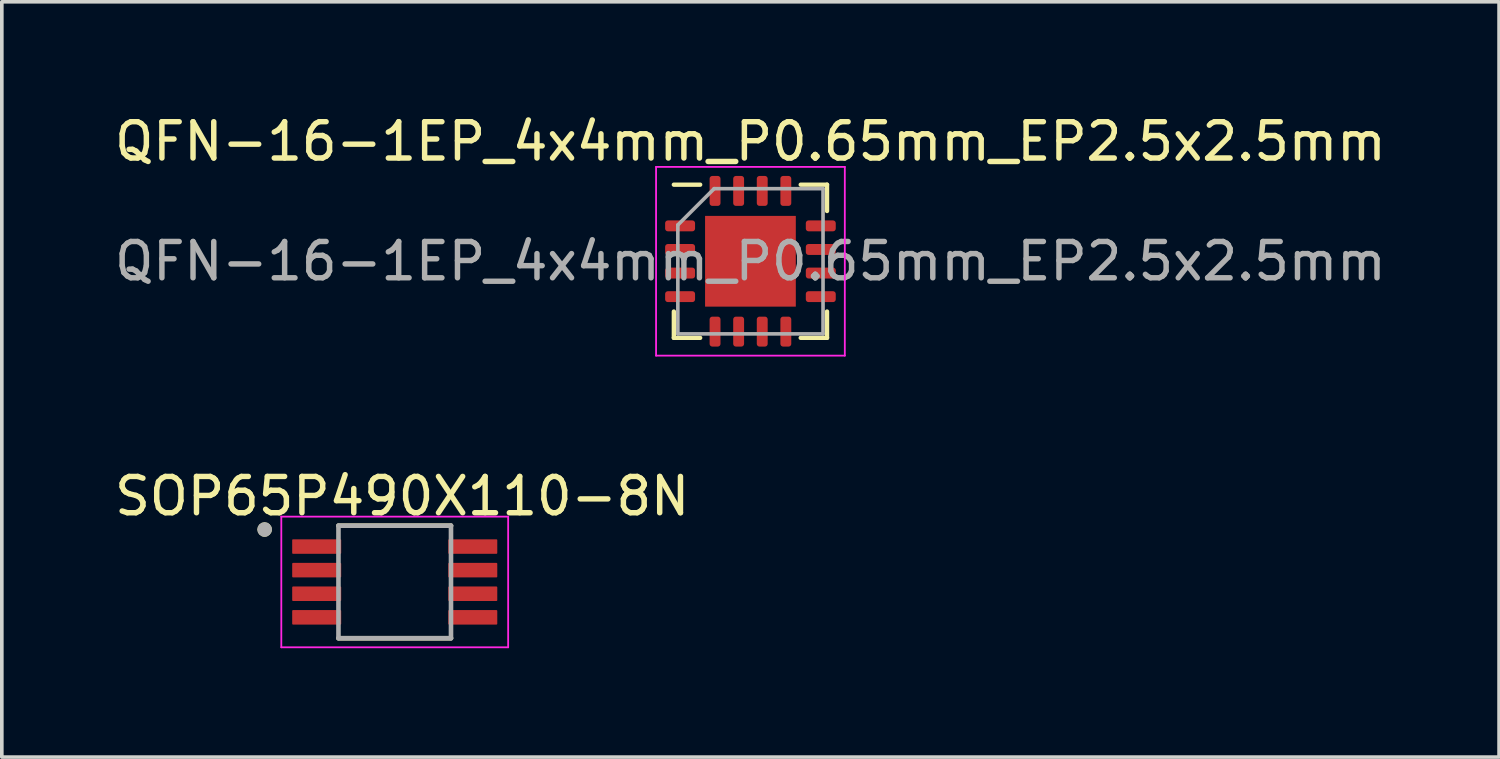
<source format=kicad_pcb>
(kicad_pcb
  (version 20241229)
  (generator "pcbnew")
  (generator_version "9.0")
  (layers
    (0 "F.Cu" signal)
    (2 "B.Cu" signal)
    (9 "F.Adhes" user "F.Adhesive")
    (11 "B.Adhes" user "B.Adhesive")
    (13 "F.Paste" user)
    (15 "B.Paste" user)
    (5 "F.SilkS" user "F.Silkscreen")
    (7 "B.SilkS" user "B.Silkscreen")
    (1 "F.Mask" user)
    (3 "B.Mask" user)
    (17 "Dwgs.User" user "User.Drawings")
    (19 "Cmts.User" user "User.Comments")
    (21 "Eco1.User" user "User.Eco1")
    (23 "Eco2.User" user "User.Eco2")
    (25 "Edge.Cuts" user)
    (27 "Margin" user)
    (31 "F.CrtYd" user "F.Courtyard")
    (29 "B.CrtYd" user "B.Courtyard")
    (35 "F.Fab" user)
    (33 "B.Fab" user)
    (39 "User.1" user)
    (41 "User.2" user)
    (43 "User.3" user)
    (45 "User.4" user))
  (footprint "QFN-16-1EP_4x4mm_P0.65mm_EP2.5x2.5mm"
    (layer "F.Cu")
    (at 17.625 4.148)
    (property "Reference" "QFN-16-1EP_4x4mm_P0.65mm_EP2.5x2.5mm" (at 0 -3.3 0) (unlocked yes) (layer "F.SilkS") (effects (font (size 1 1) (thickness 0.15))))
    (attr smd)
    (fp_line (start -2.11 2.11) (end -2.11 1.385) (stroke (width 0.12) (type solid)) (layer "F.SilkS"))
    (fp_line (start -1.385 -2.11) (end -2.11 -2.11) (stroke (width 0.12) (type solid)) (layer "F.SilkS"))
    (fp_line (start -1.385 2.11) (end -2.11 2.11) (stroke (width 0.12) (type solid)) (layer "F.SilkS"))
    (fp_line (start 1.385 -2.11) (end 2.11 -2.11) (stroke (width 0.12) (type solid)) (layer "F.SilkS"))
    (fp_line (start 1.385 2.11) (end 2.11 2.11) (stroke (width 0.12) (type solid)) (layer "F.SilkS"))
    (fp_line (start 2.11 -2.11) (end 2.11 -1.385) (stroke (width 0.12) (type solid)) (layer "F.SilkS"))
    (fp_line (start 2.11 2.11) (end 2.11 1.385) (stroke (width 0.12) (type solid)) (layer "F.SilkS"))
    (fp_line (start -2.6 -2.6) (end -2.6 2.6) (stroke (width 0.05) (type solid)) (layer "F.CrtYd"))
    (fp_line (start -2.6 2.6) (end 2.6 2.6) (stroke (width 0.05) (type solid)) (layer "F.CrtYd"))
    (fp_line (start 2.6 -2.6) (end -2.6 -2.6) (stroke (width 0.05) (type solid)) (layer "F.CrtYd"))
    (fp_line (start 2.6 2.6) (end 2.6 -2.6) (stroke (width 0.05) (type solid)) (layer "F.CrtYd"))
    (fp_line (start -2 -1) (end -1 -2) (stroke (width 0.1) (type solid)) (layer "F.Fab"))
    (fp_line (start -2 2) (end -2 -1) (stroke (width 0.1) (type solid)) (layer "F.Fab"))
    (fp_line (start -1 -2) (end 2 -2) (stroke (width 0.1) (type solid)) (layer "F.Fab"))
    (fp_line (start 2 -2) (end 2 2) (stroke (width 0.1) (type solid)) (layer "F.Fab"))
    (fp_line (start 2 2) (end -2 2) (stroke (width 0.1) (type solid)) (layer "F.Fab"))
    (fp_text user "${REFERENCE}" (at 0 0 0) (layer "F.Fab") (effects (font (size 1 1) (thickness 0.15))))
    (pad "" smd roundrect (at -0.625 -0.625) (size 1.01 1.01) (layers "F.Paste") (roundrect_rratio 0.248))
    (pad "" smd roundrect (at -0.625 0.625) (size 1.01 1.01) (layers "F.Paste") (roundrect_rratio 0.248))
    (pad "" smd roundrect (at 0.625 -0.625) (size 1.01 1.01) (layers "F.Paste") (roundrect_rratio 0.248))
    (pad "" smd roundrect (at 0.625 0.625) (size 1.01 1.01) (layers "F.Paste") (roundrect_rratio 0.248))
    (pad "1" smd roundrect (at -1.938 -0.975) (size 0.825 0.3) (layers "F.Cu" "F.Mask" "F.Paste") (roundrect_rratio 0.25))
    (pad "2" smd roundrect (at -1.938 -0.325) (size 0.825 0.3) (layers "F.Cu" "F.Mask" "F.Paste") (roundrect_rratio 0.25))
    (pad "3" smd roundrect (at -1.938 0.325) (size 0.825 0.3) (layers "F.Cu" "F.Mask" "F.Paste") (roundrect_rratio 0.25))
    (pad "4" smd roundrect (at -1.938 0.975) (size 0.825 0.3) (layers "F.Cu" "F.Mask" "F.Paste") (roundrect_rratio 0.25))
    (pad "5" smd roundrect (at -0.975 1.938) (size 0.3 0.825) (layers "F.Cu" "F.Mask" "F.Paste") (roundrect_rratio 0.25))
    (pad "6" smd roundrect (at -0.325 1.938) (size 0.3 0.825) (layers "F.Cu" "F.Mask" "F.Paste") (roundrect_rratio 0.25))
    (pad "7" smd roundrect (at 0.325 1.938) (size 0.3 0.825) (layers "F.Cu" "F.Mask" "F.Paste") (roundrect_rratio 0.25))
    (pad "8" smd roundrect (at 0.975 1.938) (size 0.3 0.825) (layers "F.Cu" "F.Mask" "F.Paste") (roundrect_rratio 0.25))
    (pad "9" smd roundrect (at 1.938 0.975) (size 0.825 0.3) (layers "F.Cu" "F.Mask" "F.Paste") (roundrect_rratio 0.25))
    (pad "10" smd roundrect (at 1.938 0.325) (size 0.825 0.3) (layers "F.Cu" "F.Mask" "F.Paste") (roundrect_rratio 0.25))
    (pad "11" smd roundrect (at 1.938 -0.325) (size 0.825 0.3) (layers "F.Cu" "F.Mask" "F.Paste") (roundrect_rratio 0.25))
    (pad "12" smd roundrect (at 1.938 -0.975) (size 0.825 0.3) (layers "F.Cu" "F.Mask" "F.Paste") (roundrect_rratio 0.25))
    (pad "13" smd roundrect (at 0.975 -1.938) (size 0.3 0.825) (layers "F.Cu" "F.Mask" "F.Paste") (roundrect_rratio 0.25))
    (pad "14" smd roundrect (at 0.325 -1.938) (size 0.3 0.825) (layers "F.Cu" "F.Mask" "F.Paste") (roundrect_rratio 0.25))
    (pad "15" smd roundrect (at -0.325 -1.938) (size 0.3 0.825) (layers "F.Cu" "F.Mask" "F.Paste") (roundrect_rratio 0.25))
    (pad "16" smd roundrect (at -0.975 -1.938) (size 0.3 0.825) (layers "F.Cu" "F.Mask" "F.Paste") (roundrect_rratio 0.25))
    (pad "17" smd rect (at 0 0) (size 2.5 2.5) (layers "F.Cu" "F.Mask")))
  (footprint "SOP65P490X110-8N"
    (layer "F.Cu")
    (at 7.825 12.983)
    (property "Reference" "SOP65P490X110-8N" (at 0.205 -2.362 0) (layer "F.SilkS") (effects (font (size 1 1) (thickness 0.15))))
    (attr smd)
    (fp_line (start -1.55 -1.55) (end 1.55 -1.55) (stroke (width 0.127) (type solid)) (layer "F.SilkS"))
    (fp_line (start -1.55 1.55) (end 1.55 1.55) (stroke (width 0.127) (type solid)) (layer "F.SilkS"))
    (fp_circle (center -3.585 -1.445) (end -3.485 -1.445) (stroke (width 0.2) (type solid)) (fill no) (layer "F.SilkS"))
    (fp_line (start -3.125 -1.8) (end -3.125 1.8) (stroke (width 0.05) (type solid)) (layer "F.CrtYd"))
    (fp_line (start -3.125 -1.8) (end 3.125 -1.8) (stroke (width 0.05) (type solid)) (layer "F.CrtYd"))
    (fp_line (start -3.125 1.8) (end 3.125 1.8) (stroke (width 0.05) (type solid)) (layer "F.CrtYd"))
    (fp_line (start 3.125 -1.8) (end 3.125 1.8) (stroke (width 0.05) (type solid)) (layer "F.CrtYd"))
    (fp_line (start -1.55 -1.55) (end -1.55 1.55) (stroke (width 0.127) (type solid)) (layer "F.Fab"))
    (fp_line (start -1.55 -1.55) (end 1.55 -1.55) (stroke (width 0.127) (type solid)) (layer "F.Fab"))
    (fp_line (start -1.55 1.55) (end 1.55 1.55) (stroke (width 0.127) (type solid)) (layer "F.Fab"))
    (fp_line (start 1.55 -1.55) (end 1.55 1.55) (stroke (width 0.127) (type solid)) (layer "F.Fab"))
    (fp_circle (center -3.585 -1.445) (end -3.485 -1.445) (stroke (width 0.2) (type solid)) (fill no) (layer "F.Fab"))
    (pad "1" smd roundrect (at -2.15 -0.975) (size 1.35 0.4) (layers "F.Cu" "F.Mask" "F.Paste") (roundrect_rratio 0.06))
    (pad "2" smd roundrect (at -2.15 -0.325) (size 1.35 0.4) (layers "F.Cu" "F.Mask" "F.Paste") (roundrect_rratio 0.06))
    (pad "3" smd roundrect (at -2.15 0.325) (size 1.35 0.4) (layers "F.Cu" "F.Mask" "F.Paste") (roundrect_rratio 0.06))
    (pad "4" smd roundrect (at -2.15 0.975) (size 1.35 0.4) (layers "F.Cu" "F.Mask" "F.Paste") (roundrect_rratio 0.06))
    (pad "5" smd roundrect (at 2.15 0.975) (size 1.35 0.4) (layers "F.Cu" "F.Mask" "F.Paste") (roundrect_rratio 0.06))
    (pad "6" smd roundrect (at 2.15 0.325) (size 1.35 0.4) (layers "F.Cu" "F.Mask" "F.Paste") (roundrect_rratio 0.06))
    (pad "7" smd roundrect (at 2.15 -0.325) (size 1.35 0.4) (layers "F.Cu" "F.Mask" "F.Paste") (roundrect_rratio 0.06))
    (pad "8" smd roundrect (at 2.15 -0.975) (size 1.35 0.4) (layers "F.Cu" "F.Mask" "F.Paste") (roundrect_rratio 0.06)))
  (gr_rect
    (start -3 -3)
    (end 38.25 17.808)
    (stroke (width 0.1) (type default))
    (fill no)
    (layer "Edge.Cuts")))
</source>
